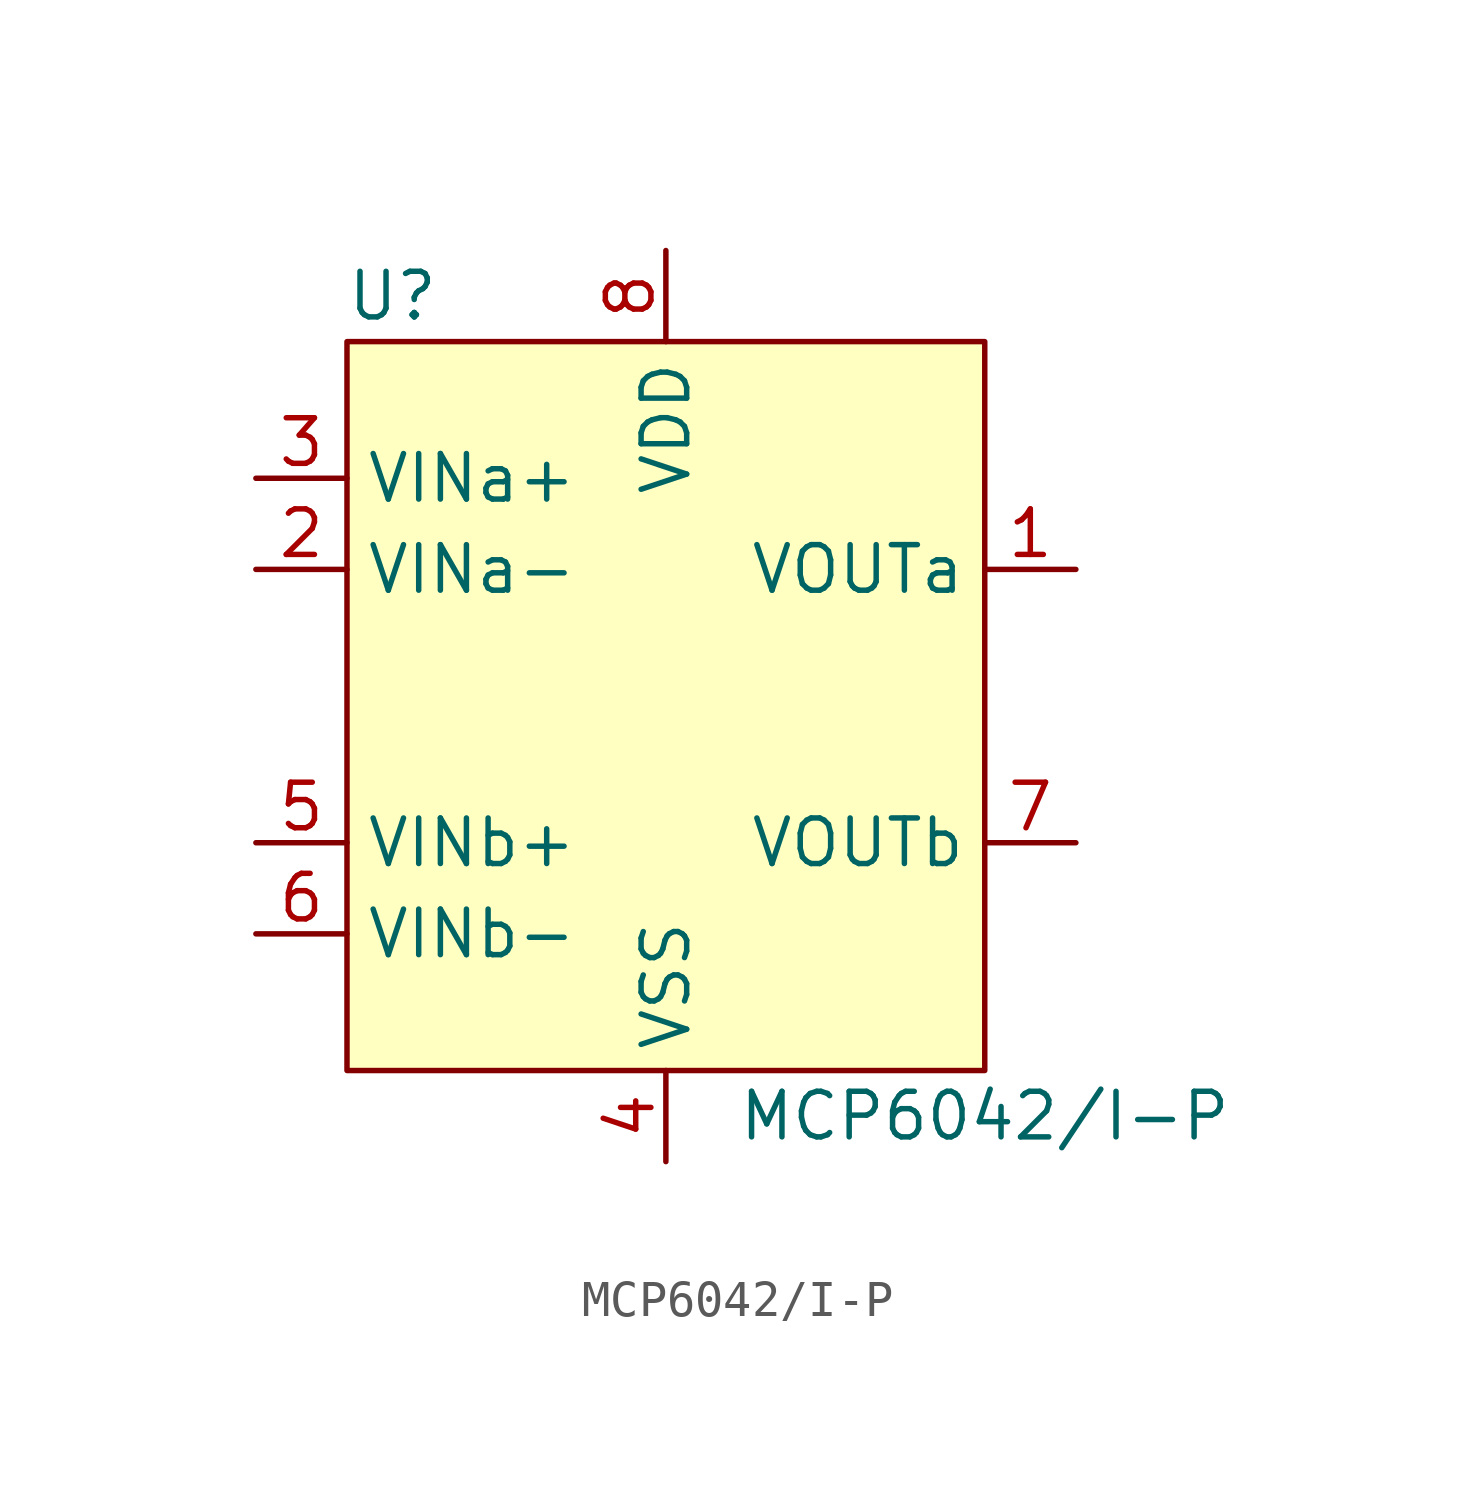
<source format=kicad_sym>
(kicad_symbol_lib
  (version 20220914)
  (generator kicad_symbol_editor)
  (symbol "MCP6042/I-P"
    (property "Reference" "U"
      (at -7.62 0 0)
      (effects (font (size 1.27 1.27))))
    (property "Value" "MCP6042/I-P"
      (at 8.89 -22.86 0)
      (effects (font (size 1.27 1.27))))
    (symbol "MCP6042/I-P_1_1"
      (rectangle (start -8.89 -1.27) (end 8.89 -21.59) (stroke (width 0) (type default)) (fill (type background)))
      (pin output line (at 11.43 -7.62 180) (length 2.54) (name "VOUTa" (effects (font (size 1.27 1.27)))) (number "1" (effects (font (size 1.27 1.27)))))
      (pin input line (at -11.43 -7.62 0) (length 2.54) (name "VINa-" (effects (font (size 1.27 1.27)))) (number "2" (effects (font (size 1.27 1.27)))))
      (pin input line (at -11.43 -5.08 0) (length 2.54) (name "VINa+" (effects (font (size 1.27 1.27)))) (number "3" (effects (font (size 1.27 1.27)))))
      (pin power_in line (at 0 -24.13 90) (length 2.54) (name "VSS" (effects (font (size 1.27 1.27)))) (number "4" (effects (font (size 1.27 1.27)))))
      (pin input line (at -11.43 -15.24 0) (length 2.54) (name "VINb+" (effects (font (size 1.27 1.27)))) (number "5" (effects (font (size 1.27 1.27)))))
      (pin input line (at -11.43 -17.78 0) (length 2.54) (name "VINb-" (effects (font (size 1.27 1.27)))) (number "6" (effects (font (size 1.27 1.27)))))
      (pin output line (at 11.43 -15.24 180) (length 2.54) (name "VOUTb" (effects (font (size 1.27 1.27)))) (number "7" (effects (font (size 1.27 1.27)))))
      (pin power_in line (at 0 1.27 270) (length 2.54) (name "VDD" (effects (font (size 1.27 1.27)))) (number "8" (effects (font (size 1.27 1.27))))))))
</source>
